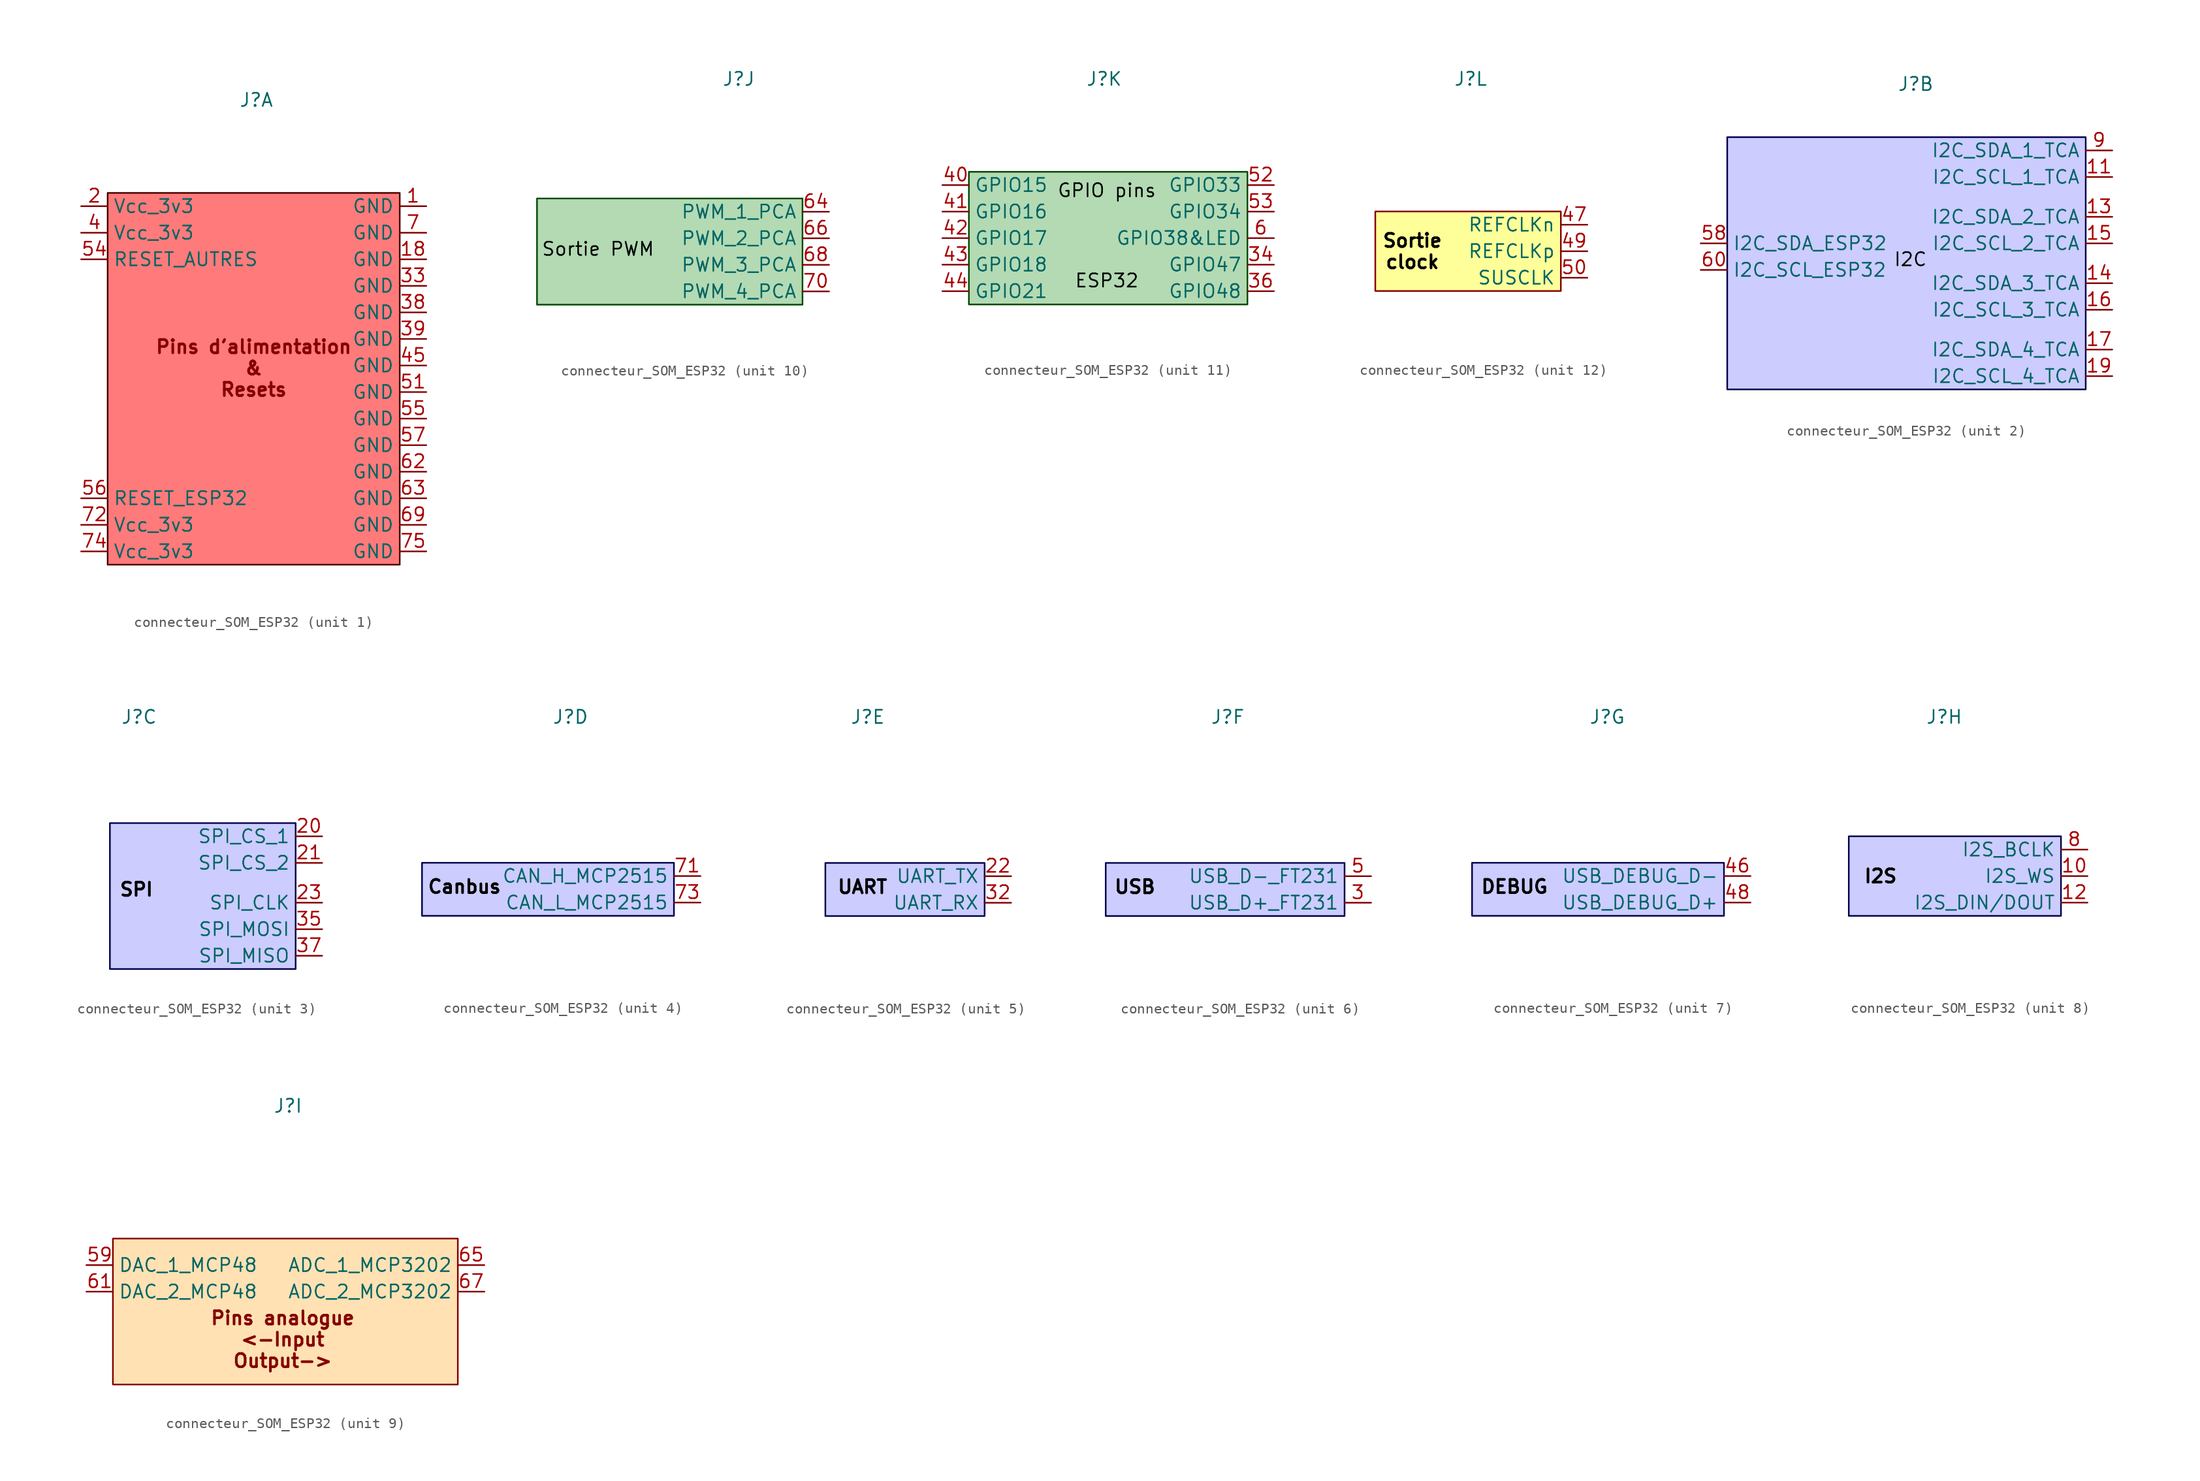
<source format=kicad_sym>
(kicad_symbol_lib
  (version 20231120)
  (generator "kicad_symbol_editor")
  (generator_version "8.0")
  (symbol "connecteur_SOM_ESP32"
    (property "Reference" "J"
      (at 0.254 16.51 0)
      (effects (font (size 1.27 1.27))))
    (property "Value" ""
      (at -6.35 -7.62 0)
      (effects (font (size 1.27 1.27))))
    (property "ki_locked" ""
      (at 0 0 0)
      (effects (font (size 1.27 1.27))))
    (symbol "connecteur_SOM_ESP32_1_1"
      (rectangle (start -13.97 7.62) (end 13.97 -27.94) (stroke (width 0) (type default) (color 72 0 0 1)) (fill (type color) (color 255 0 0 0.52)))
      (text "Pins d'alimentation\n&\nResets" (at 0 -9.144 0) (effects (font (size 1.27 1.27) (bold yes))))
      (pin power_in line (at 16.51 6.35 180) (length 2.54) (name "GND" (effects (font (size 1.27 1.27)))) (number "1" (effects (font (size 1.27 1.27)))))
      (pin power_in line (at 16.51 1.27 180) (length 2.54) (name "GND" (effects (font (size 1.27 1.27)))) (number "18" (effects (font (size 1.27 1.27)))))
      (pin power_in line (at -16.51 6.35 0) (length 2.54) (name "Vcc_3v3" (effects (font (size 1.27 1.27)))) (number "2" (effects (font (size 1.27 1.27)))))
      (pin power_in line (at 16.51 -1.27 180) (length 2.54) (name "GND" (effects (font (size 1.27 1.27)))) (number "33" (effects (font (size 1.27 1.27)))))
      (pin power_in line (at 16.51 -3.81 180) (length 2.54) (name "GND" (effects (font (size 1.27 1.27)))) (number "38" (effects (font (size 1.27 1.27)))))
      (pin power_in line (at 16.51 -6.35 180) (length 2.54) (name "GND" (effects (font (size 1.27 1.27)))) (number "39" (effects (font (size 1.27 1.27)))))
      (pin power_in line (at -16.51 3.81 0) (length 2.54) (name "Vcc_3v3" (effects (font (size 1.27 1.27)))) (number "4" (effects (font (size 1.27 1.27)))))
      (pin power_in line (at 16.51 -8.89 180) (length 2.54) (name "GND" (effects (font (size 1.27 1.27)))) (number "45" (effects (font (size 1.27 1.27)))))
      (pin power_in line (at 16.51 -11.43 180) (length 2.54) (name "GND" (effects (font (size 1.27 1.27)))) (number "51" (effects (font (size 1.27 1.27)))))
      (pin bidirectional line (at -16.51 1.27 0) (length 2.54) (name "RESET_AUTRES" (effects (font (size 1.27 1.27)))) (number "54" (effects (font (size 1.27 1.27)))))
      (pin power_in line (at 16.51 -13.97 180) (length 2.54) (name "GND" (effects (font (size 1.27 1.27)))) (number "55" (effects (font (size 1.27 1.27)))))
      (pin bidirectional line (at -16.51 -21.59 0) (length 2.54) (name "RESET_ESP32" (effects (font (size 1.27 1.27)))) (number "56" (effects (font (size 1.27 1.27)))))
      (pin power_in line (at 16.51 -16.51 180) (length 2.54) (name "GND" (effects (font (size 1.27 1.27)))) (number "57" (effects (font (size 1.27 1.27)))))
      (pin power_in line (at 16.51 -19.05 180) (length 2.54) (name "GND" (effects (font (size 1.27 1.27)))) (number "62" (effects (font (size 1.27 1.27)))))
      (pin power_in line (at 16.51 -21.59 180) (length 2.54) (name "GND" (effects (font (size 1.27 1.27)))) (number "63" (effects (font (size 1.27 1.27)))))
      (pin power_in line (at 16.51 -24.13 180) (length 2.54) (name "GND" (effects (font (size 1.27 1.27)))) (number "69" (effects (font (size 1.27 1.27)))))
      (pin power_in line (at 16.51 3.81 180) (length 2.54) (name "GND" (effects (font (size 1.27 1.27)))) (number "7" (effects (font (size 1.27 1.27)))))
      (pin power_in line (at -16.51 -24.13 0) (length 2.54) (name "Vcc_3v3" (effects (font (size 1.27 1.27)))) (number "72" (effects (font (size 1.27 1.27)))))
      (pin power_in line (at -16.51 -26.67 0) (length 2.54) (name "Vcc_3v3" (effects (font (size 1.27 1.27)))) (number "74" (effects (font (size 1.27 1.27)))))
      (pin power_in line (at 16.51 -26.67 180) (length 2.54) (name "GND" (effects (font (size 1.27 1.27)))) (number "75" (effects (font (size 1.27 1.27))))))
    (symbol "connecteur_SOM_ESP32_2_1"
      (rectangle (start -17.78 11.43) (end 16.51 -12.7) (stroke (width 0) (type default) (color 0 0 72 1)) (fill (type color) (color 0 0 255 0.2)))
      (text "I2C" (at -0.254 -0.254 0) (effects (font (size 1.27 1.27) (color 0 0 0 1))))
      (pin bidirectional line (at 19.05 7.62 180) (length 2.54) (name "I2C_SCL_1_TCA" (effects (font (size 1.27 1.27)))) (number "11" (effects (font (size 1.27 1.27)))))
      (pin bidirectional line (at 19.05 3.81 180) (length 2.54) (name "I2C_SDA_2_TCA" (effects (font (size 1.27 1.27)))) (number "13" (effects (font (size 1.27 1.27)))))
      (pin bidirectional line (at 19.05 -2.54 180) (length 2.54) (name "I2C_SDA_3_TCA" (effects (font (size 1.27 1.27)))) (number "14" (effects (font (size 1.27 1.27)))))
      (pin bidirectional line (at 19.05 1.27 180) (length 2.54) (name "I2C_SCL_2_TCA" (effects (font (size 1.27 1.27)))) (number "15" (effects (font (size 1.27 1.27)))))
      (pin bidirectional line (at 19.05 -5.08 180) (length 2.54) (name "I2C_SCL_3_TCA" (effects (font (size 1.27 1.27)))) (number "16" (effects (font (size 1.27 1.27)))))
      (pin bidirectional line (at 19.05 -8.89 180) (length 2.54) (name "I2C_SDA_4_TCA" (effects (font (size 1.27 1.27)))) (number "17" (effects (font (size 1.27 1.27)))))
      (pin bidirectional line (at 19.05 -11.43 180) (length 2.54) (name "I2C_SCL_4_TCA" (effects (font (size 1.27 1.27)))) (number "19" (effects (font (size 1.27 1.27)))))
      (pin bidirectional line (at -20.32 1.27 0) (length 2.54) (name "I2C_SDA_ESP32" (effects (font (size 1.27 1.27)))) (number "58" (effects (font (size 1.27 1.27)))))
      (pin bidirectional line (at -20.32 -1.27 0) (length 2.54) (name "I2C_SCL_ESP32" (effects (font (size 1.27 1.27)))) (number "60" (effects (font (size 1.27 1.27)))))
      (pin bidirectional line (at 19.05 10.16 180) (length 2.54) (name "I2C_SDA_1_TCA" (effects (font (size 1.27 1.27)))) (number "9" (effects (font (size 1.27 1.27))))))
    (symbol "connecteur_SOM_ESP32_3_1"
      (rectangle (start -2.54 6.35) (end 15.24 -7.62) (stroke (width 0) (type default) (color 0 0 72 1)) (fill (type color) (color 0 0 255 0.2)))
      (text "SPI" (at 0 0 0) (effects (font (size 1.27 1.27) (bold yes) (color 0 0 0 1))))
      (pin bidirectional line (at 17.78 5.08 180) (length 2.54) (name "SPI_CS_1" (effects (font (size 1.27 1.27)))) (number "20" (effects (font (size 1.27 1.27)))))
      (pin bidirectional line (at 17.78 2.54 180) (length 2.54) (name "SPI_CS_2" (effects (font (size 1.27 1.27)))) (number "21" (effects (font (size 1.27 1.27)))))
      (pin bidirectional line (at 17.78 -1.27 180) (length 2.54) (name "SPI_CLK" (effects (font (size 1.27 1.27)))) (number "23" (effects (font (size 1.27 1.27)))))
      (pin bidirectional line (at 17.78 -3.81 180) (length 2.54) (name "SPI_MOSI" (effects (font (size 1.27 1.27)))) (number "35" (effects (font (size 1.27 1.27)))))
      (pin bidirectional line (at 17.78 -6.35 180) (length 2.54) (name "SPI_MISO" (effects (font (size 1.27 1.27)))) (number "37" (effects (font (size 1.27 1.27))))))
    (symbol "connecteur_SOM_ESP32_4_1"
      (rectangle (start -13.97 2.54) (end 10.16 -2.54) (stroke (width 0) (type default) (color 0 0 72 1)) (fill (type color) (color 0 0 255 0.2)))
      (text "Canbus" (at -9.906 0.254 0) (effects (font (size 1.27 1.27) (bold yes) (color 0 0 0 1))))
      (pin bidirectional line (at 12.7 1.27 180) (length 2.54) (name "CAN_H_MCP2515" (effects (font (size 1.27 1.27)))) (number "71" (effects (font (size 1.27 1.27)))))
      (pin bidirectional line (at 12.7 -1.27 180) (length 2.54) (name "CAN_L_MCP2515" (effects (font (size 1.27 1.27)))) (number "73" (effects (font (size 1.27 1.27))))))
    (symbol "connecteur_SOM_ESP32_5_1"
      (rectangle (start -3.81 2.54) (end 11.43 -2.54) (stroke (width 0) (type default) (color 0 0 72 1)) (fill (type color) (color 0 0 255 0.2)))
      (text "UART" (at -0.254 0.254 0) (effects (font (size 1.27 1.27) (bold yes) (color 0 0 0 1))))
      (pin bidirectional line (at 13.97 1.27 180) (length 2.54) (name "UART_TX" (effects (font (size 1.27 1.27)))) (number "22" (effects (font (size 1.27 1.27)))))
      (pin bidirectional line (at 13.97 -1.27 180) (length 2.54) (name "UART_RX" (effects (font (size 1.27 1.27)))) (number "32" (effects (font (size 1.27 1.27))))))
    (symbol "connecteur_SOM_ESP32_6_1"
      (rectangle (start -11.43 2.54) (end 11.43 -2.54) (stroke (width 0) (type default) (color 0 0 72 1)) (fill (type color) (color 0 0 255 0.2)))
      (text "USB" (at -8.636 0.254 0) (effects (font (size 1.27 1.27) (bold yes) (color 0 0 0 1))))
      (pin bidirectional line (at 13.97 -1.27 180) (length 2.54) (name "USB_D+_FT231" (effects (font (size 1.27 1.27)))) (number "3" (effects (font (size 1.27 1.27)))))
      (pin bidirectional line (at 13.97 1.27 180) (length 2.54) (name "USB_D-_FT231" (effects (font (size 1.27 1.27)))) (number "5" (effects (font (size 1.27 1.27))))))
    (symbol "connecteur_SOM_ESP32_7_1"
      (rectangle (start -12.7 2.54) (end 11.43 -2.54) (stroke (width 0) (type default) (color 0 0 72 1)) (fill (type color) (color 0 0 255 0.2)))
      (text "DEBUG" (at -8.636 0.254 0) (effects (font (size 1.27 1.27) (bold yes) (color 0 0 0 1))))
      (pin bidirectional line (at 13.97 1.27 180) (length 2.54) (name "USB_DEBUG_D-" (effects (font (size 1.27 1.27)))) (number "46" (effects (font (size 1.27 1.27)))))
      (pin bidirectional line (at 13.97 -1.27 180) (length 2.54) (name "USB_DEBUG_D+" (effects (font (size 1.27 1.27)))) (number "48" (effects (font (size 1.27 1.27))))))
    (symbol "connecteur_SOM_ESP32_8_1"
      (rectangle (start -8.89 5.08) (end 11.43 -2.54) (stroke (width 0) (type default) (color 0 0 72 1)) (fill (type color) (color 0 0 255 0.2)))
      (text "I2S" (at -5.842 1.27 0) (effects (font (size 1.27 1.27) (bold yes) (color 0 0 0 1))))
      (pin bidirectional line (at 13.97 1.27 180) (length 2.54) (name "I2S_WS" (effects (font (size 1.27 1.27)))) (number "10" (effects (font (size 1.27 1.27)))))
      (pin bidirectional line (at 13.97 -1.27 180) (length 2.54) (name "I2S_DIN/DOUT" (effects (font (size 1.27 1.27)))) (number "12" (effects (font (size 1.27 1.27)))))
      (pin bidirectional line (at 13.97 3.81 180) (length 2.54) (name "I2S_BCLK" (effects (font (size 1.27 1.27)))) (number "8" (effects (font (size 1.27 1.27))))))
    (symbol "connecteur_SOM_ESP32_9_1"
      (rectangle (start -16.51 3.81) (end 16.51 -10.16) (stroke (width 0) (type default)) (fill (type color) (color 255 153 0 0.3)))
      (text "Pins analogue\n<-Input\nOutput->" (at -0.254 -5.842 0) (effects (font (size 1.27 1.27) (bold yes))))
      (pin bidirectional line (at -19.05 1.27 0) (length 2.54) (name "DAC_1_MCP48" (effects (font (size 1.27 1.27)))) (number "59" (effects (font (size 1.27 1.27)))))
      (pin bidirectional line (at -19.05 -1.27 0) (length 2.54) (name "DAC_2_MCP48" (effects (font (size 1.27 1.27)))) (number "61" (effects (font (size 1.27 1.27)))))
      (pin power_in line (at 19.05 1.27 180) (length 2.54) (name "ADC_1_MCP3202" (effects (font (size 1.27 1.27)))) (number "65" (effects (font (size 1.27 1.27)))))
      (pin power_in line (at 19.05 -1.27 180) (length 2.54) (name "ADC_2_MCP3202" (effects (font (size 1.27 1.27)))) (number "67" (effects (font (size 1.27 1.27))))))
    (symbol "connecteur_SOM_ESP32_10_1"
      (rectangle (start -19.05 5.08) (end 6.35 -5.08) (stroke (width 0) (type default) (color 0 72 0 1)) (fill (type color) (color 0 132 0 0.3)))
      (text "Sortie PWM\n" (at -13.208 0.254 0) (effects (font (size 1.27 1.27) (color 0 0 0 1))))
      (pin output line (at 8.89 3.81 180) (length 2.54) (name "PWM_1_PCA" (effects (font (size 1.27 1.27)))) (number "64" (effects (font (size 1.27 1.27)))))
      (pin output line (at 8.89 1.27 180) (length 2.54) (name "PWM_2_PCA" (effects (font (size 1.27 1.27)))) (number "66" (effects (font (size 1.27 1.27)))))
      (pin output line (at 8.89 -1.27 180) (length 2.54) (name "PWM_3_PCA" (effects (font (size 1.27 1.27)))) (number "68" (effects (font (size 1.27 1.27)))))
      (pin output line (at 8.89 -3.81 180) (length 2.54) (name "PWM_4_PCA" (effects (font (size 1.27 1.27)))) (number "70" (effects (font (size 1.27 1.27))))))
    (symbol "connecteur_SOM_ESP32_11_1"
      (rectangle (start -12.7 7.62) (end 13.97 -5.08) (stroke (width 0) (type default) (color 0 72 0 1)) (fill (type color) (color 0 132 0 0.3)))
      (text "ESP32\n" (at 0.508 -2.794 0) (effects (font (size 1.27 1.27) (color 0 0 0 1))))
      (text "GPIO pins" (at 0.508 5.842 0) (effects (font (size 1.27 1.27) (color 0 0 0 1))))
      (pin bidirectional line (at 16.51 -1.27 180) (length 2.54) (name "GPIO47" (effects (font (size 1.27 1.27)))) (number "34" (effects (font (size 1.27 1.27)))))
      (pin bidirectional line (at 16.51 -3.81 180) (length 2.54) (name "GPIO48" (effects (font (size 1.27 1.27)))) (number "36" (effects (font (size 1.27 1.27)))))
      (pin bidirectional line (at -15.24 6.35 0) (length 2.54) (name "GPIO15" (effects (font (size 1.27 1.27)))) (number "40" (effects (font (size 1.27 1.27)))))
      (pin bidirectional line (at -15.24 3.81 0) (length 2.54) (name "GPIO16" (effects (font (size 1.27 1.27)))) (number "41" (effects (font (size 1.27 1.27)))))
      (pin bidirectional line (at -15.24 1.27 0) (length 2.54) (name "GPIO17" (effects (font (size 1.27 1.27)))) (number "42" (effects (font (size 1.27 1.27)))))
      (pin bidirectional line (at -15.24 -1.27 0) (length 2.54) (name "GPIO18" (effects (font (size 1.27 1.27)))) (number "43" (effects (font (size 1.27 1.27)))))
      (pin bidirectional line (at -15.24 -3.81 0) (length 2.54) (name "GPIO21" (effects (font (size 1.27 1.27)))) (number "44" (effects (font (size 1.27 1.27)))))
      (pin bidirectional line (at 16.51 6.35 180) (length 2.54) (name "GPIO33" (effects (font (size 1.27 1.27)))) (number "52" (effects (font (size 1.27 1.27)))))
      (pin bidirectional line (at 16.51 3.81 180) (length 2.54) (name "GPIO34" (effects (font (size 1.27 1.27)))) (number "53" (effects (font (size 1.27 1.27)))))
      (pin bidirectional line (at 16.51 1.27 180) (length 2.54) (name "GPIO38&LED" (effects (font (size 1.27 1.27)))) (number "6" (effects (font (size 1.27 1.27))))))
    (symbol "connecteur_SOM_ESP32_12_1"
      (rectangle (start -8.89 3.81) (end 8.89 -3.81) (stroke (width 0) (type default)) (fill (type color) (color 255 255 0 0.4)))
      (text "Sortie\nclock" (at -5.334 0 0) (effects (font (size 1.27 1.27) (bold yes) (color 0 0 0 1))))
      (pin output line (at 11.43 2.54 180) (length 2.54) (name "REFCLKn" (effects (font (size 1.27 1.27)))) (number "47" (effects (font (size 1.27 1.27)))))
      (pin output line (at 11.43 0 180) (length 2.54) (name "REFCLKp" (effects (font (size 1.27 1.27)))) (number "49" (effects (font (size 1.27 1.27)))))
      (pin output line (at 11.43 -2.54 180) (length 2.54) (name "SUSCLK" (effects (font (size 1.27 1.27)))) (number "50" (effects (font (size 1.27 1.27))))))))
</source>
